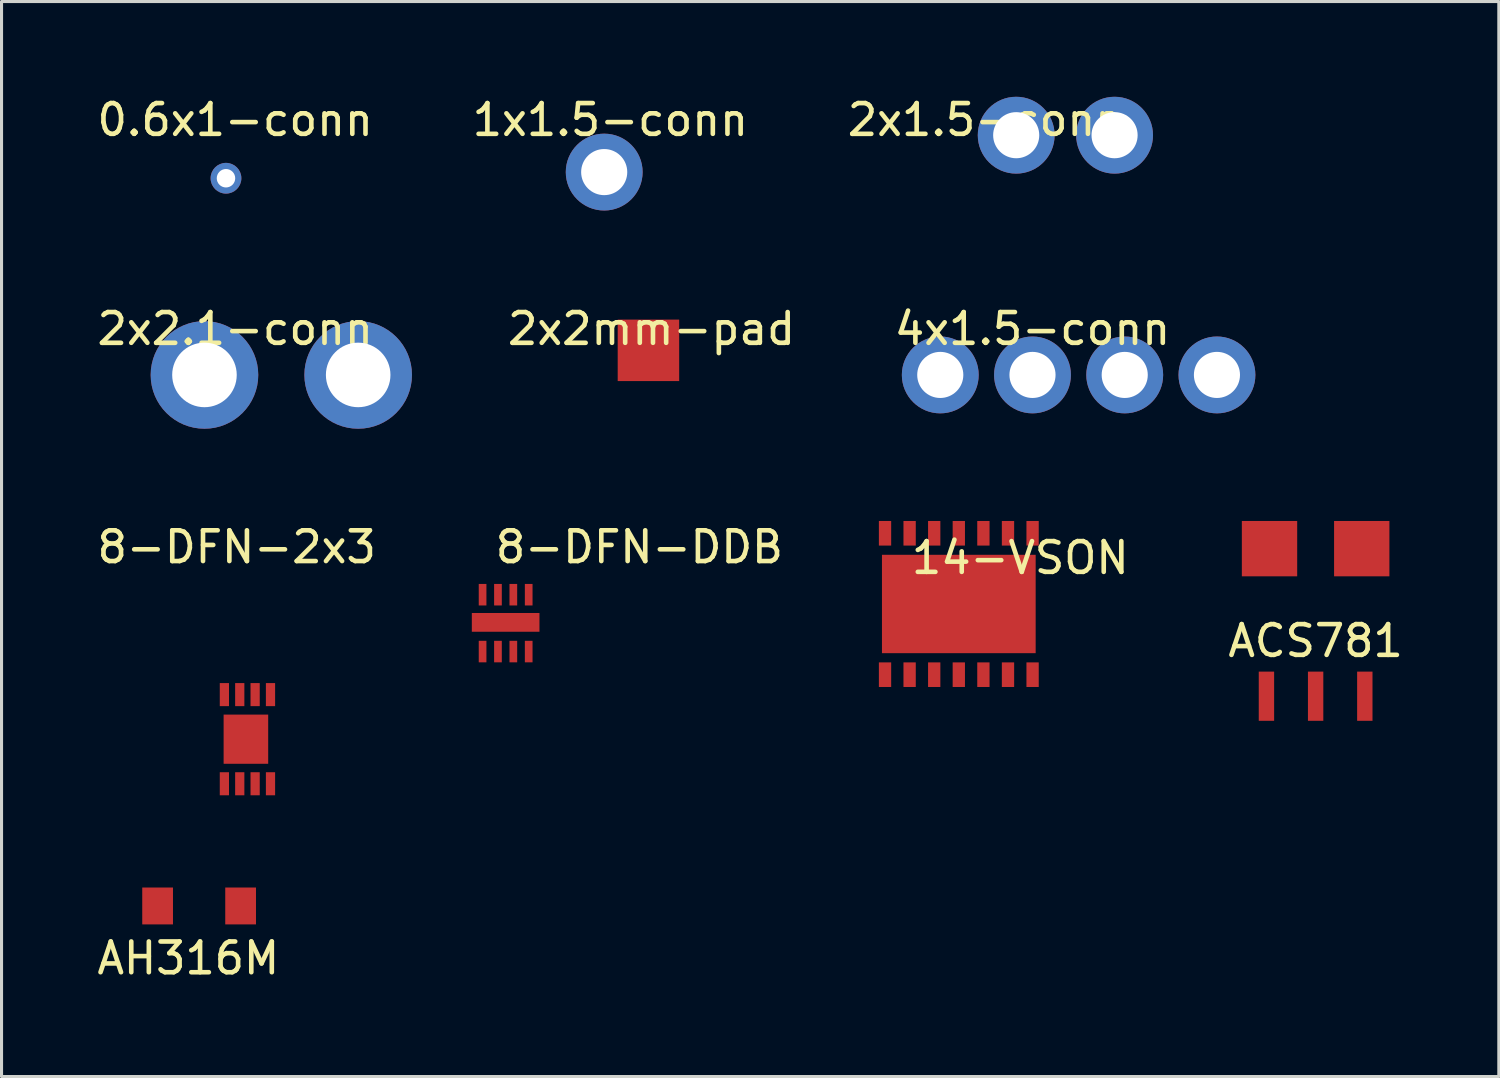
<source format=kicad_pcb>
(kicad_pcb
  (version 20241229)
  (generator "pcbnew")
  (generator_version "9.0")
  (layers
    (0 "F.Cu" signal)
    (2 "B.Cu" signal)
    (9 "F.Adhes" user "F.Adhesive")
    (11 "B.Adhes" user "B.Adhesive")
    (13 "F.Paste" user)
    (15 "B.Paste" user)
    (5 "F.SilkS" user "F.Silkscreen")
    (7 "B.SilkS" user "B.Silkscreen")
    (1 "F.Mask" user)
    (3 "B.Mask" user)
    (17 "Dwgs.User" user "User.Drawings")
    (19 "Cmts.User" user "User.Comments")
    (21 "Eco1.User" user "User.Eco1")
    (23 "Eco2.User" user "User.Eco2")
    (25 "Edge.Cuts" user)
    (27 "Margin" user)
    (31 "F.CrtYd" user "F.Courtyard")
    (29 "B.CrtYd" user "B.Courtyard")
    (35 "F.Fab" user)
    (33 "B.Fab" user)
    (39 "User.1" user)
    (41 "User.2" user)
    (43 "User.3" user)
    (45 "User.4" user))
  (footprint "4x1.5-conn"
    (layer "F.Cu")
    (at 30.536 7.146)
    (property "Reference" "4x1.5-conn" (at 0 0.5 0) (layer "F.SilkS") (effects (font (size 1 1) (thickness 0.15))))
    (attr through_hole)
    (pad "1" thru_hole circle (at -3 2) (size 2.5 2.5) (drill 1.5) (layers "*.Cu" "*.Mask"))
    (pad "2" thru_hole circle (at 0 2) (size 2.5 2.5) (drill 1.5) (layers "*.Cu" "*.Mask"))
    (pad "3" thru_hole circle (at 3 2) (size 2.5 2.5) (drill 1.5) (layers "*.Cu" "*.Mask"))
    (pad "4" thru_hole circle (at 6 2) (size 2.5 2.5) (drill 1.5) (layers "*.Cu" "*.Mask")))
  (footprint "14-VSON"
    (layer "F.Cu")
    (at 30.139 14.597)
    (property "Reference" "14-VSON" (at 0 0.5 0) (layer "F.SilkS") (effects (font (size 1 1) (thickness 0.15))))
    (attr through_hole)
    (pad "1" smd rect (at -4.4 4.3) (size 0.4 0.8) (layers "F.Cu" "F.Mask" "F.Paste"))
    (pad "2" smd rect (at -3.6 4.3) (size 0.4 0.8) (layers "F.Cu" "F.Mask" "F.Paste"))
    (pad "3" smd rect (at -2.8 4.3) (size 0.4 0.8) (layers "F.Cu" "F.Mask" "F.Paste"))
    (pad "4" smd rect (at -2 4.3) (size 0.4 0.8) (layers "F.Cu" "F.Mask" "F.Paste"))
    (pad "5" smd rect (at -1.2 4.3) (size 0.4 0.8) (layers "F.Cu" "F.Mask" "F.Paste"))
    (pad "6" smd rect (at -0.4 4.3) (size 0.4 0.8) (layers "F.Cu" "F.Mask" "F.Paste"))
    (pad "7" smd rect (at 0.4 4.3) (size 0.4 0.8) (layers "F.Cu" "F.Mask" "F.Paste"))
    (pad "8" smd rect (at 0.4 -0.3) (size 0.4 0.8) (layers "F.Cu" "F.Mask" "F.Paste"))
    (pad "9" smd rect (at -0.4 -0.3) (size 0.4 0.8) (layers "F.Cu" "F.Mask" "F.Paste"))
    (pad "10" smd rect (at -1.2 -0.3) (size 0.4 0.8) (layers "F.Cu" "F.Mask" "F.Paste"))
    (pad "11" smd rect (at -2 -0.3) (size 0.4 0.8) (layers "F.Cu" "F.Mask" "F.Paste"))
    (pad "12" smd rect (at -2.8 -0.3) (size 0.4 0.8) (layers "F.Cu" "F.Mask" "F.Paste"))
    (pad "13" smd rect (at -3.6 -0.3) (size 0.4 0.8) (layers "F.Cu" "F.Mask" "F.Paste"))
    (pad "14" smd rect (at -4.4 -0.3) (size 0.4 0.8) (layers "F.Cu" "F.Mask" "F.Paste"))
    (pad "15" smd rect (at -2 2) (size 5 3.2) (layers "F.Cu" "F.Mask" "F.Paste")))
  (footprint "AH316M"
    (layer "F.Cu")
    (at 2.077 26.42)
    (property "Reference" "AH316M" (at 1 1.7 0) (layer "F.SilkS") (effects (font (size 1 1) (thickness 0.15))))
    (attr through_hole)
    (pad "1" smd rect (at 0 0) (size 1 1.2) (layers "F.Cu" "F.Mask" "F.Paste"))
    (pad "2" smd rect (at 2.7 0) (size 1 1.2) (layers "F.Cu" "F.Mask" "F.Paste")))
  (footprint "1x1.5-conn"
    (layer "F.Cu")
    (at 16.604 1.548)
    (property "Reference" "1x1.5-conn" (at 0.2 -0.7 0) (layer "F.SilkS") (effects (font (size 1 1) (thickness 0.15))))
    (attr through_hole)
    (pad "1" thru_hole circle (at 0 1) (size 2.5 2.5) (drill 1.5) (layers "*.Cu" "*.Mask")))
  (footprint "2x2.1-conn"
    (layer "F.Cu")
    (at 4.601 7.146)
    (property "Reference" "2x2.1-conn" (at 0 0.5 0) (layer "F.SilkS") (effects (font (size 1 1) (thickness 0.15))))
    (attr through_hole)
    (pad "1" thru_hole circle (at -1 2) (size 3.5 3.5) (drill 2.1) (layers "*.Cu" "*.Mask"))
    (pad "2" thru_hole circle (at 4 2) (size 3.5 3.5) (drill 2.1) (layers "*.Cu" "*.Mask")))
  (footprint "8-DFN-2x3"
    (layer "F.Cu")
    (at 4.649 14.245)
    (property "Reference" "8-DFN-2x3" (at 0 0.5 0) (layer "F.SilkS") (effects (font (size 1 1) (thickness 0.15))))
    (attr through_hole)
    (pad "1" smd rect (at -0.4 8.2) (size 0.3 0.75) (layers "F.Cu" "F.Mask" "F.Paste"))
    (pad "2" smd rect (at 0.1 8.2) (size 0.3 0.75) (layers "F.Cu" "F.Mask" "F.Paste"))
    (pad "3" smd rect (at 0.6 8.2) (size 0.3 0.75) (layers "F.Cu" "F.Mask" "F.Paste"))
    (pad "4" smd rect (at 1.1 8.2) (size 0.3 0.75) (layers "F.Cu" "F.Mask" "F.Paste"))
    (pad "5" smd rect (at 1.1 5.3) (size 0.3 0.75) (layers "F.Cu" "F.Mask" "F.Paste"))
    (pad "6" smd rect (at 0.6 5.3) (size 0.3 0.75) (layers "F.Cu" "F.Mask" "F.Paste"))
    (pad "7" smd rect (at 0.1 5.3) (size 0.3 0.75) (layers "F.Cu" "F.Mask" "F.Paste"))
    (pad "8" smd rect (at -0.4 5.3) (size 0.3 0.75) (layers "F.Cu" "F.Mask" "F.Paste"))
    (pad "9" smd rect (at 0.3 6.75) (size 1.45 1.6) (layers "F.Cu" "F.Mask" "F.Paste")))
  (footprint "ACS781"
    (layer "F.Cu")
    (at 39.746 17.197)
    (property "Reference" "ACS781" (at 0 0.6 0) (layer "F.SilkS") (effects (font (size 1 1) (thickness 0.15))))
    (attr through_hole)
    (pad "1" smd rect (at -1.6 2.4) (size 0.5 1.6) (layers "F.Cu" "F.Mask" "F.Paste"))
    (pad "2" smd rect (at 0 2.4) (size 0.5 1.6) (layers "F.Cu" "F.Mask" "F.Paste"))
    (pad "3" smd rect (at 1.6 2.4) (size 0.5 1.6) (layers "F.Cu" "F.Mask" "F.Paste"))
    (pad "5" smd rect (at 1.5 -2.4) (size 1.8 1.8) (layers "F.Cu" "F.Mask" "F.Paste"))
    (pad "6" smd rect (at -1.5 -2.4) (size 1.8 1.8) (layers "F.Cu" "F.Mask" "F.Paste")))
  (footprint "2x2mm-pad"
    (layer "F.Cu")
    (at 18.143 7.146)
    (property "Reference" "2x2mm-pad" (at 0 0.5 0) (layer "F.SilkS") (effects (font (size 1 1) (thickness 0.15))))
    (attr through_hole)
    (pad "1" smd rect (at -0.1 1.2) (size 2 2) (layers "F.Cu" "F.Mask" "F.Paste")))
  (footprint "2x1.5-conn"
    (layer "F.Cu")
    (at 29.006 0.348)
    (property "Reference" "2x1.5-conn" (at 0 0.5 0) (layer "F.SilkS") (effects (font (size 1 1) (thickness 0.15))))
    (attr through_hole)
    (pad "1" thru_hole circle (at 1 1) (size 2.5 2.5) (drill 1.5) (layers "*.Cu" "*.Mask"))
    (pad "2" thru_hole circle (at 4.2 1) (size 2.5 2.5) (drill 1.5) (layers "*.Cu" "*.Mask")))
  (footprint "8-DFN-DDB"
    (layer "F.Cu")
    (at 17.748 14.245)
    (property "Reference" "8-DFN-DDB" (at 0 0.5 0) (layer "F.SilkS") (effects (font (size 1 1) (thickness 0.15))))
    (attr through_hole)
    (pad "1" smd rect (at -5.1 3.9) (size 0.25 0.7) (layers "F.Cu" "F.Mask" "F.Paste"))
    (pad "2" smd rect (at -4.6 3.9) (size 0.25 0.7) (layers "F.Cu" "F.Mask" "F.Paste"))
    (pad "3" smd rect (at -4.1 3.9) (size 0.25 0.7) (layers "F.Cu" "F.Mask" "F.Paste"))
    (pad "4" smd rect (at -3.6 3.9) (size 0.25 0.7) (layers "F.Cu" "F.Mask" "F.Paste"))
    (pad "5" smd rect (at -3.6 2.05) (size 0.25 0.7) (layers "F.Cu" "F.Mask" "F.Paste"))
    (pad "6" smd rect (at -4.1 2.05) (size 0.25 0.7) (layers "F.Cu" "F.Mask" "F.Paste"))
    (pad "7" smd rect (at -4.6 2.05) (size 0.25 0.7) (layers "F.Cu" "F.Mask" "F.Paste"))
    (pad "8" smd rect (at -5.1 2.05) (size 0.25 0.7) (layers "F.Cu" "F.Mask" "F.Paste"))
    (pad "9" smd rect (at -4.35 2.95) (size 2.2 0.61) (layers "F.Cu" "F.Mask" "F.Paste")))
  (footprint "0.6x1-conn"
    (layer "F.Cu")
    (at 4.601 0.348)
    (property "Reference" "0.6x1-conn" (at 0 0.5 0) (layer "F.SilkS") (effects (font (size 1 1) (thickness 0.15))))
    (attr through_hole)
    (pad "1" thru_hole circle (at -0.3 2.4) (size 1 1) (drill 0.6) (layers "*.Cu" "*.Mask")))
  (gr_rect
    (start -3 -3)
    (end 45.705 31.968)
    (stroke (width 0.1) (type default))
    (fill no)
    (layer "Edge.Cuts")))
</source>
